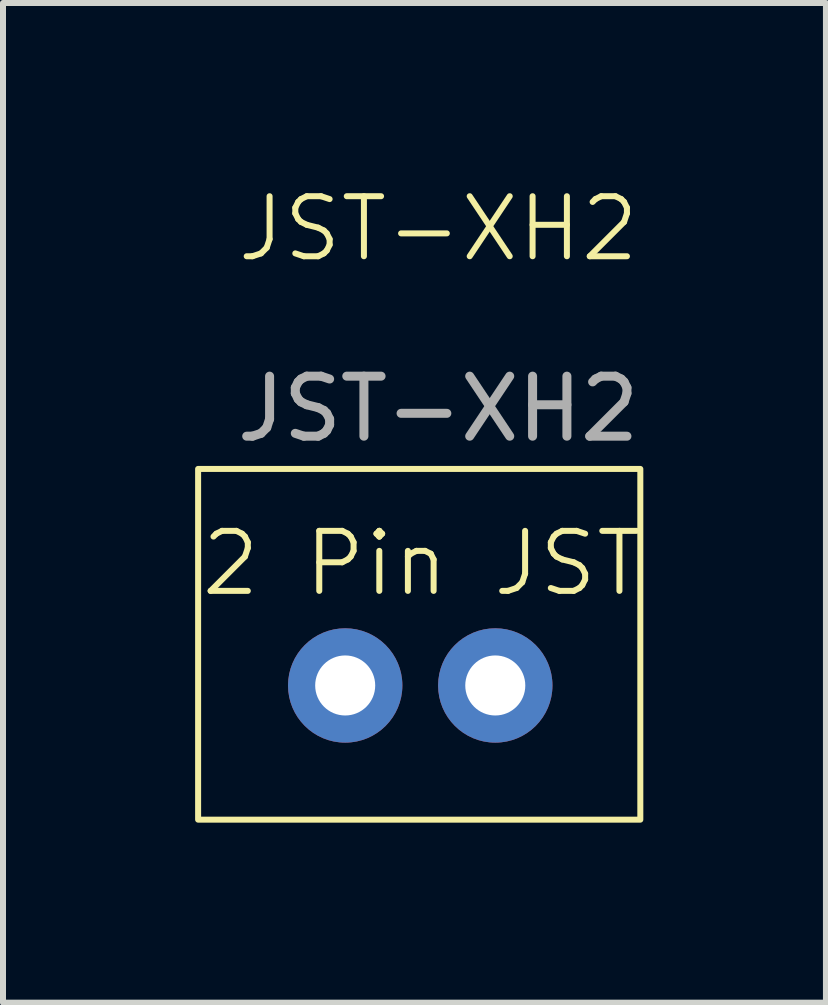
<source format=kicad_pcb>
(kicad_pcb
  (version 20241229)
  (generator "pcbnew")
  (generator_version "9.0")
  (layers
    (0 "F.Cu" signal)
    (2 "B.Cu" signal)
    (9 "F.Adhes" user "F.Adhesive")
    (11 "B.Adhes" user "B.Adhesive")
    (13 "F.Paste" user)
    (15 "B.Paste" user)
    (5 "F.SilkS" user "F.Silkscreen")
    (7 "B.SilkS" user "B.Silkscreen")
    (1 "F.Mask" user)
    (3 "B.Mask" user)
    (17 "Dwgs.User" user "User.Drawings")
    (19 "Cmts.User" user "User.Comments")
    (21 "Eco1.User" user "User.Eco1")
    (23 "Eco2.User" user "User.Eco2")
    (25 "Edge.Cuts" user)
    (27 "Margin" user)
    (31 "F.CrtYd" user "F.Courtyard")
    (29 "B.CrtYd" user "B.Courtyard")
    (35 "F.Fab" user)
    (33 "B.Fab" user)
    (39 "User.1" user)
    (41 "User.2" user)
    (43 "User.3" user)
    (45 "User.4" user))
  (footprint "JST-XH2"
    (layer "F.Cu")
    (at 0.25 4.761)
    (property "Reference" "JST-XH2" (at 4 -4 0) (unlocked yes) (layer "F.SilkS") (effects (font (size 1 1) (thickness 0.1))))
    (attr smd)
    (fp_rect (start 0 0) (end 7.366 5.842) (stroke (width 0.1) (type default)) (fill no) (layer "F.SilkS"))
    (fp_text user "2 Pin JST" (at 0 2.159 0) (unlocked yes) (layer "F.SilkS") (effects (font (size 1 1) (thickness 0.1)) (justify left bottom)))
    (fp_text user "${REFERENCE}" (at 4 -1 0) (unlocked yes) (layer "F.Fab") (effects (font (size 1 1) (thickness 0.15))))
    (pad "1" thru_hole circle (at 2.45 3.607) (size 1.905 1.905) (drill 1) (layers "*.Cu" "*.Mask"))
    (pad "2" thru_hole circle (at 4.95 3.607) (size 1.905 1.905) (drill 1) (layers "*.Cu" "*.Mask")))
  (gr_rect
    (start -3 -3)
    (end 10.708 13.652)
    (stroke (width 0.1) (type default))
    (fill no)
    (layer "Edge.Cuts")))
</source>
